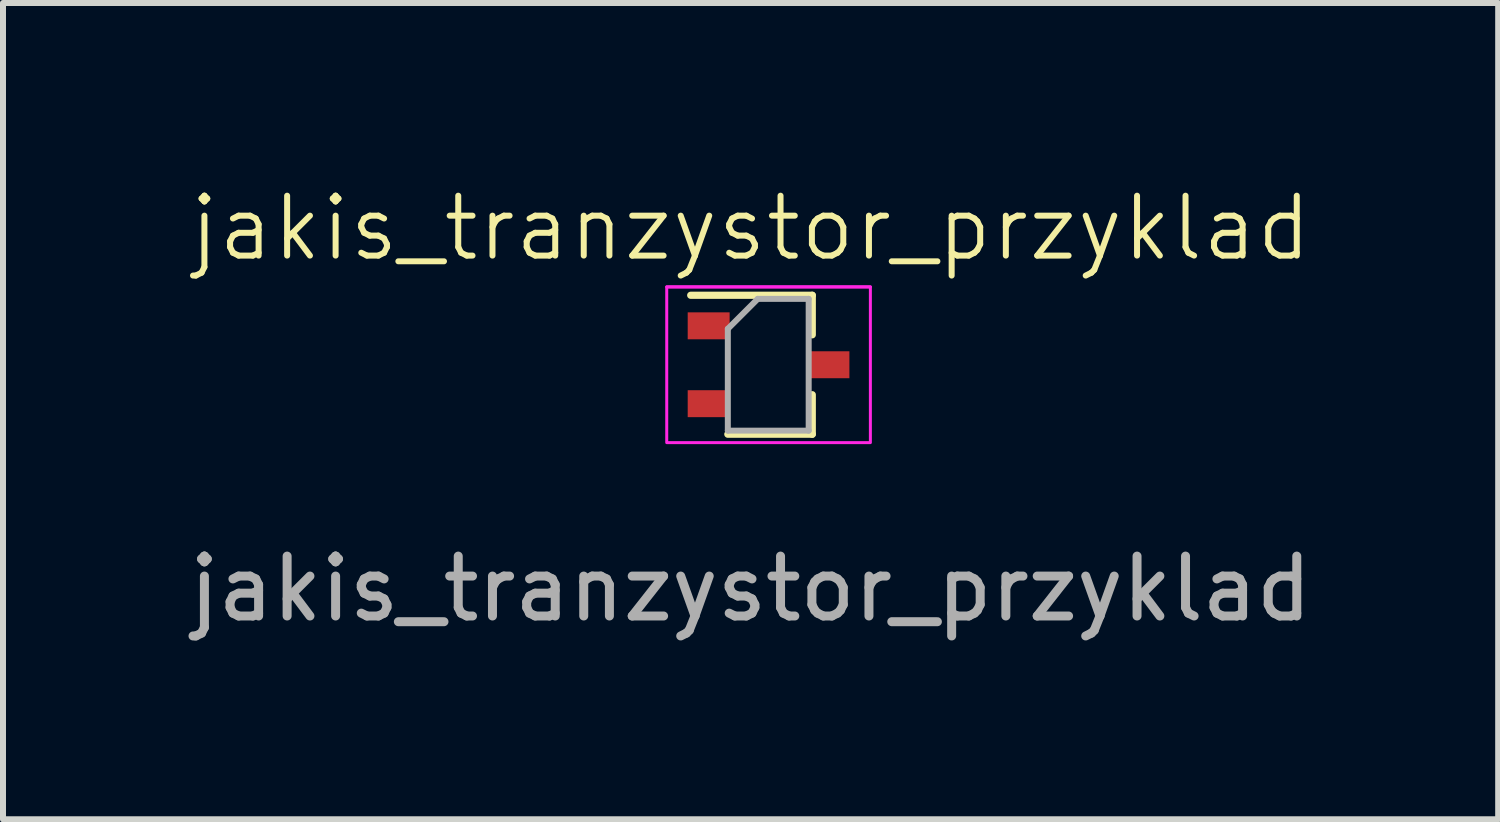
<source format=kicad_pcb>
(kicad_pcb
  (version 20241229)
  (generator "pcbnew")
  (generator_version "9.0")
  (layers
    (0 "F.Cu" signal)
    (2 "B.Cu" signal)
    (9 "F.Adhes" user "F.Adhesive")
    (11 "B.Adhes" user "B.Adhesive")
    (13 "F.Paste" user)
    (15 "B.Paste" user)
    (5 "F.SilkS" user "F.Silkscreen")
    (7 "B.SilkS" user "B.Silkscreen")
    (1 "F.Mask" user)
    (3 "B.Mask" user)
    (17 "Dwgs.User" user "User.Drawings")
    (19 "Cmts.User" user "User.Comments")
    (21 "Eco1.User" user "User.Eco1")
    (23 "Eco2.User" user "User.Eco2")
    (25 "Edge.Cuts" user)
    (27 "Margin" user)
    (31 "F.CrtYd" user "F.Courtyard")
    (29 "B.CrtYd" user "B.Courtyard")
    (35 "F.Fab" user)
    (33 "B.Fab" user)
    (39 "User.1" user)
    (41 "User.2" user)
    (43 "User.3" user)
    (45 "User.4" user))
  (footprint "jakis_tranzystor_przyklad"
    (layer "F.Cu")
    (at 9.482 1.76)
    (property "Reference" "jakis_tranzystor_przyklad" (at 0 -1 0) (unlocked yes) (layer "F.SilkS") (effects (font (size 1 1) (thickness 0.1))))
    (attr smd)
    (fp_line (start -0.38 2.44) (end 1.03 2.44) (stroke (width 0.12) (type solid)) (layer "F.SilkS"))
    (fp_line (start 1.03 0.12) (end -1 0.12) (stroke (width 0.12) (type solid)) (layer "F.SilkS"))
    (fp_line (start 1.03 0.12) (end 1.03 0.78) (stroke (width 0.12) (type solid)) (layer "F.SilkS"))
    (fp_line (start 1.03 1.78) (end 1.03 2.44) (stroke (width 0.12) (type solid)) (layer "F.SilkS"))
    (fp_line (start 2 -0.02) (end -1.4 -0.02) (stroke (width 0.05) (type solid)) (layer "F.CrtYd"))
    (fp_rect (start -1.4 -0.02) (end 2 2.58) (stroke (width 0.05) (type default)) (fill no) (layer "F.CrtYd"))
    (fp_line (start -0.38 0.68) (end -0.38 2.38) (stroke (width 0.1) (type solid)) (layer "F.Fab"))
    (fp_line (start 0.12 0.18) (end -0.38 0.68) (stroke (width 0.1) (type solid)) (layer "F.Fab"))
    (fp_line (start 0.97 0.18) (end 0.12 0.18) (stroke (width 0.1) (type solid)) (layer "F.Fab"))
    (fp_line (start 0.97 0.18) (end 0.97 2.38) (stroke (width 0.1) (type solid)) (layer "F.Fab"))
    (fp_line (start 0.97 2.38) (end -0.38 2.38) (stroke (width 0.1) (type solid)) (layer "F.Fab"))
    (fp_text user "${REFERENCE}" (at 0 5.02 0) (unlocked yes) (layer "F.Fab") (effects (font (size 1 1) (thickness 0.15))))
    (pad "1" smd rect (at 1.3 1.28 270) (size 0.45 0.7) (layers "F.Cu" "F.Mask" "F.Paste"))
    (pad "2" smd rect (at -0.7 0.63 270) (size 0.45 0.7) (layers "F.Cu" "F.Mask" "F.Paste"))
    (pad "3" smd rect (at -0.7 1.93 270) (size 0.45 0.7) (layers "F.Cu" "F.Mask" "F.Paste")))
  (gr_rect
    (start -3 -3)
    (end 21.964 10.629)
    (stroke (width 0.1) (type default))
    (fill no)
    (layer "Edge.Cuts")))
</source>
